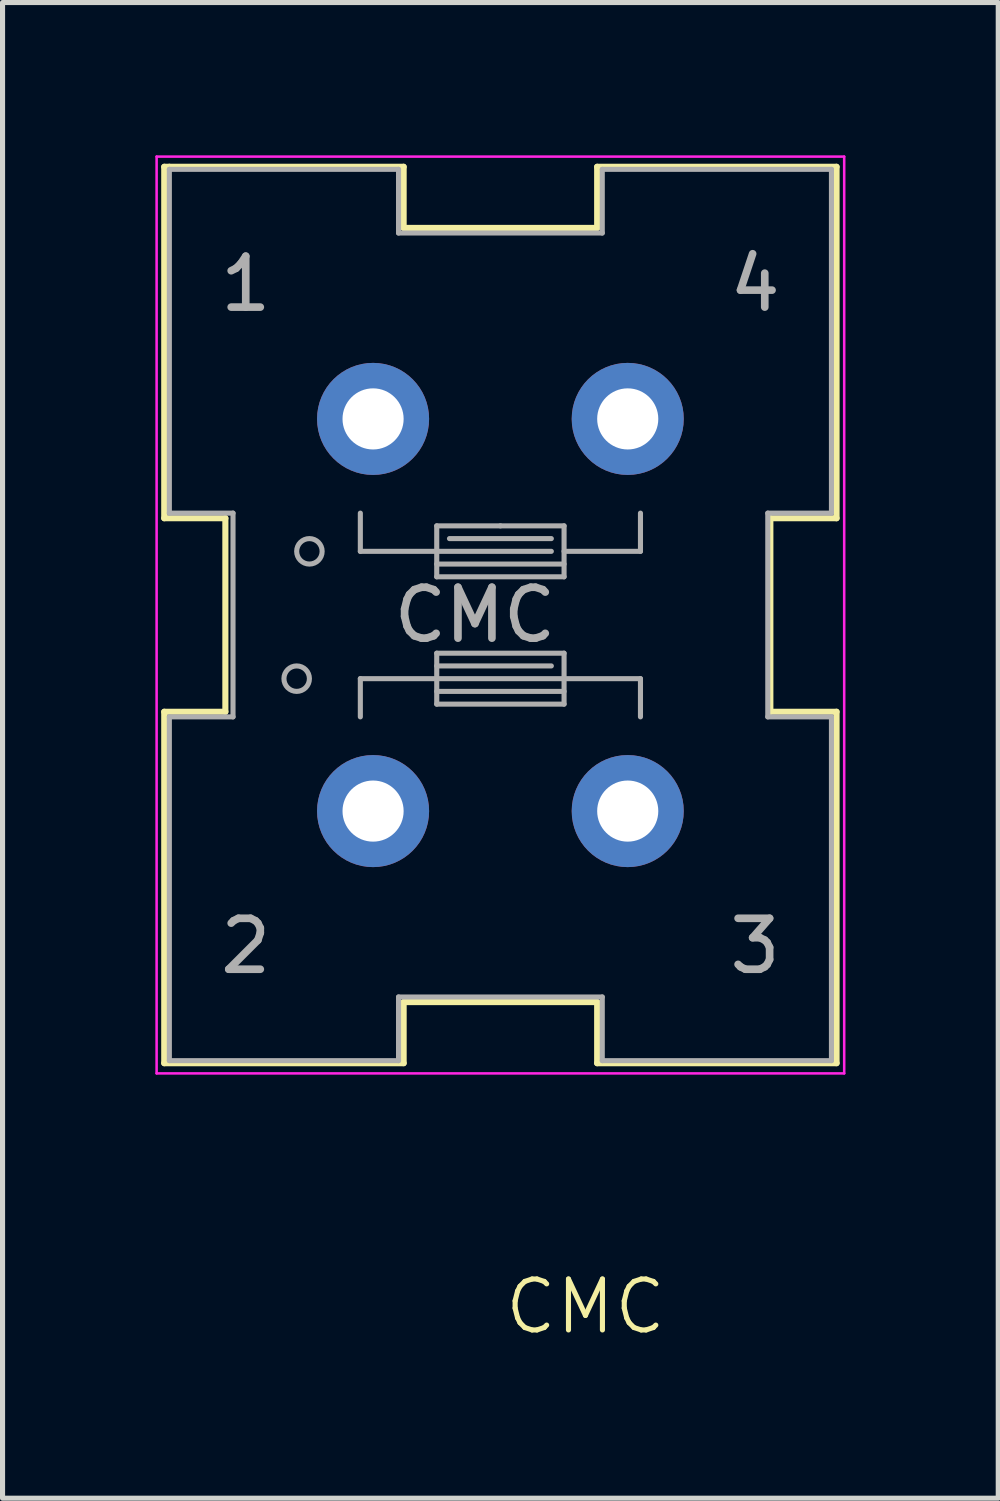
<source format=kicad_pcb>
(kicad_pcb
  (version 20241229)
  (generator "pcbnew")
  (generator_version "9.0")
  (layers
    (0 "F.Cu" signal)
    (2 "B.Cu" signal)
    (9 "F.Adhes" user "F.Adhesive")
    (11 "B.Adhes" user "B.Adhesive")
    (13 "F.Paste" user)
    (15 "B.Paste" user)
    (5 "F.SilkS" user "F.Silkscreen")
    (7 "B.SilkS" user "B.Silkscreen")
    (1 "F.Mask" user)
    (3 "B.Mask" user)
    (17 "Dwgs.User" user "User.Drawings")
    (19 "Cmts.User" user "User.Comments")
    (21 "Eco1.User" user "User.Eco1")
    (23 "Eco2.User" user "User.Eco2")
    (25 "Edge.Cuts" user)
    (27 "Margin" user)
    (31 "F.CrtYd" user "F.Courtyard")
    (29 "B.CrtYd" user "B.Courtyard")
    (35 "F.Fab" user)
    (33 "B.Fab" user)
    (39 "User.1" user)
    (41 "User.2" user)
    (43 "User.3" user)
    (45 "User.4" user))
  (footprint "CMC"
    (layer "F.Cu")
    (at 5.525 10.525)
    (property "Reference" "CMC" (at 2.92 12.08 0) (unlocked yes) (layer "F.SilkS") (effects (font (size 1 1) (thickness 0.1))))
    (attr smd)
    (fp_line (start -5.35 -10.3) (end -5.25 -10.3) (stroke (width 0.12) (type solid)) (layer "F.SilkS"))
    (fp_line (start -5.35 -3.4) (end -5.35 -10.3) (stroke (width 0.12) (type solid)) (layer "F.SilkS"))
    (fp_line (start -5.35 0.4) (end -4.15 0.4) (stroke (width 0.12) (type solid)) (layer "F.SilkS"))
    (fp_line (start -5.35 7.3) (end -5.35 0.4) (stroke (width 0.12) (type solid)) (layer "F.SilkS"))
    (fp_line (start -5.25 -10.3) (end -0.65 -10.3) (stroke (width 0.12) (type solid)) (layer "F.SilkS"))
    (fp_line (start -4.15 -3.4) (end -5.35 -3.4) (stroke (width 0.12) (type solid)) (layer "F.SilkS"))
    (fp_line (start -4.15 0.4) (end -4.15 -3.4) (stroke (width 0.12) (type solid)) (layer "F.SilkS"))
    (fp_line (start -0.65 -10.3) (end -0.65 -9.1) (stroke (width 0.12) (type solid)) (layer "F.SilkS"))
    (fp_line (start -0.65 -9.1) (end 3.15 -9.1) (stroke (width 0.12) (type solid)) (layer "F.SilkS"))
    (fp_line (start -0.65 6.1) (end -0.65 7.3) (stroke (width 0.12) (type solid)) (layer "F.SilkS"))
    (fp_line (start -0.65 7.3) (end -5.35 7.3) (stroke (width 0.12) (type solid)) (layer "F.SilkS"))
    (fp_line (start 3.15 -10.3) (end 7.85 -10.3) (stroke (width 0.12) (type solid)) (layer "F.SilkS"))
    (fp_line (start 3.15 -9.1) (end 3.15 -10.3) (stroke (width 0.12) (type solid)) (layer "F.SilkS"))
    (fp_line (start 3.15 6.1) (end -0.65 6.1) (stroke (width 0.12) (type solid)) (layer "F.SilkS"))
    (fp_line (start 3.15 7.3) (end 3.15 6.1) (stroke (width 0.12) (type solid)) (layer "F.SilkS"))
    (fp_line (start 6.55 -3.4) (end 6.55 0.4) (stroke (width 0.12) (type solid)) (layer "F.SilkS"))
    (fp_line (start 6.55 0.4) (end 7.85 0.4) (stroke (width 0.12) (type solid)) (layer "F.SilkS"))
    (fp_line (start 7.85 -10.3) (end 7.85 -3.4) (stroke (width 0.12) (type solid)) (layer "F.SilkS"))
    (fp_line (start 7.85 -3.4) (end 6.55 -3.4) (stroke (width 0.12) (type solid)) (layer "F.SilkS"))
    (fp_line (start 7.85 0.4) (end 7.85 7.3) (stroke (width 0.12) (type solid)) (layer "F.SilkS"))
    (fp_line (start 7.85 7.3) (end 3.15 7.3) (stroke (width 0.12) (type solid)) (layer "F.SilkS"))
    (fp_line (start -5.5 -10.5) (end -5.5 7.5) (stroke (width 0.05) (type solid)) (layer "F.CrtYd"))
    (fp_line (start -5.5 7.5) (end 8 7.5) (stroke (width 0.05) (type solid)) (layer "F.CrtYd"))
    (fp_line (start 8 -10.5) (end -5.5 -10.5) (stroke (width 0.05) (type solid)) (layer "F.CrtYd"))
    (fp_line (start 8 7.5) (end 8 -10.5) (stroke (width 0.05) (type solid)) (layer "F.CrtYd"))
    (fp_line (start -5.25 -10.25) (end -5.25 -3.5) (stroke (width 0.1) (type solid)) (layer "F.Fab"))
    (fp_line (start -5.25 -3.5) (end -4 -3.5) (stroke (width 0.1) (type solid)) (layer "F.Fab"))
    (fp_line (start -5.25 0.5) (end -5.25 7.25) (stroke (width 0.1) (type solid)) (layer "F.Fab"))
    (fp_line (start -5.25 7.25) (end -0.75 7.25) (stroke (width 0.1) (type solid)) (layer "F.Fab"))
    (fp_line (start -4 -3.5) (end -4 0.5) (stroke (width 0.1) (type solid)) (layer "F.Fab"))
    (fp_line (start -4 0.5) (end -5.25 0.5) (stroke (width 0.1) (type solid)) (layer "F.Fab"))
    (fp_line (start -1.5 -2.75) (end -1.5 -3.5) (stroke (width 0.1) (type solid)) (layer "F.Fab"))
    (fp_line (start -1.5 -0.25) (end -1.5 0.5) (stroke (width 0.1) (type solid)) (layer "F.Fab"))
    (fp_line (start -0.75 -10.25) (end -5.25 -10.25) (stroke (width 0.1) (type solid)) (layer "F.Fab"))
    (fp_line (start -0.75 -9) (end -0.75 -10.25) (stroke (width 0.1) (type solid)) (layer "F.Fab"))
    (fp_line (start -0.75 6) (end 3.25 6) (stroke (width 0.1) (type solid)) (layer "F.Fab"))
    (fp_line (start -0.75 7.25) (end -0.75 6) (stroke (width 0.1) (type solid)) (layer "F.Fab"))
    (fp_line (start 0 -3.25) (end 1.25 -3.25) (stroke (width 0.1) (type solid)) (layer "F.Fab"))
    (fp_line (start 0 -2.75) (end -1.5 -2.75) (stroke (width 0.1) (type solid)) (layer "F.Fab"))
    (fp_line (start 0 -2.5) (end 2.5 -2.5) (stroke (width 0.1) (type solid)) (layer "F.Fab"))
    (fp_line (start 0 -2.25) (end 0 -3.25) (stroke (width 0.1) (type solid)) (layer "F.Fab"))
    (fp_line (start 0 -0.75) (end 2.5 -0.75) (stroke (width 0.1) (type solid)) (layer "F.Fab"))
    (fp_line (start 0 -0.5) (end 2.25 -0.5) (stroke (width 0.1) (type solid)) (layer "F.Fab"))
    (fp_line (start 0 -0.25) (end -1.5 -0.25) (stroke (width 0.1) (type solid)) (layer "F.Fab"))
    (fp_line (start 0 0.25) (end 0 -0.75) (stroke (width 0.1) (type solid)) (layer "F.Fab"))
    (fp_line (start 1.25 -3.25) (end 2.5 -3.25) (stroke (width 0.1) (type solid)) (layer "F.Fab"))
    (fp_line (start 2.25 -3) (end 0.25 -3) (stroke (width 0.1) (type solid)) (layer "F.Fab"))
    (fp_line (start 2.25 -2.75) (end 0 -2.75) (stroke (width 0.1) (type solid)) (layer "F.Fab"))
    (fp_line (start 2.5 -3.25) (end 2.5 -2.25) (stroke (width 0.1) (type solid)) (layer "F.Fab"))
    (fp_line (start 2.5 -2.75) (end 4 -2.75) (stroke (width 0.1) (type solid)) (layer "F.Fab"))
    (fp_line (start 2.5 -2.25) (end 0 -2.25) (stroke (width 0.1) (type solid)) (layer "F.Fab"))
    (fp_line (start 2.5 -0.75) (end 2.5 0.25) (stroke (width 0.1) (type solid)) (layer "F.Fab"))
    (fp_line (start 2.5 -0.25) (end 0 -0.25) (stroke (width 0.1) (type solid)) (layer "F.Fab"))
    (fp_line (start 2.5 -0.25) (end 4 -0.25) (stroke (width 0.1) (type solid)) (layer "F.Fab"))
    (fp_line (start 2.5 0) (end 0 0) (stroke (width 0.1) (type solid)) (layer "F.Fab"))
    (fp_line (start 2.5 0.25) (end 0 0.25) (stroke (width 0.1) (type solid)) (layer "F.Fab"))
    (fp_line (start 3.25 -10.25) (end 3.25 -9) (stroke (width 0.1) (type solid)) (layer "F.Fab"))
    (fp_line (start 3.25 -9) (end -0.75 -9) (stroke (width 0.1) (type solid)) (layer "F.Fab"))
    (fp_line (start 3.25 6) (end 3.25 7.25) (stroke (width 0.1) (type solid)) (layer "F.Fab"))
    (fp_line (start 3.25 7.25) (end 7.75 7.25) (stroke (width 0.1) (type solid)) (layer "F.Fab"))
    (fp_line (start 4 -2.75) (end 4 -3.5) (stroke (width 0.1) (type solid)) (layer "F.Fab"))
    (fp_line (start 4 -0.25) (end 4 0.5) (stroke (width 0.1) (type solid)) (layer "F.Fab"))
    (fp_line (start 6.5 -3.5) (end 7.75 -3.5) (stroke (width 0.1) (type solid)) (layer "F.Fab"))
    (fp_line (start 6.5 0.5) (end 6.5 -3.5) (stroke (width 0.1) (type solid)) (layer "F.Fab"))
    (fp_line (start 7.75 -10.25) (end 3.25 -10.25) (stroke (width 0.1) (type solid)) (layer "F.Fab"))
    (fp_line (start 7.75 -3.5) (end 7.75 -10.25) (stroke (width 0.1) (type solid)) (layer "F.Fab"))
    (fp_line (start 7.75 0.5) (end 6.5 0.5) (stroke (width 0.1) (type solid)) (layer "F.Fab"))
    (fp_line (start 7.75 7.25) (end 7.75 0.5) (stroke (width 0.1) (type solid)) (layer "F.Fab"))
    (fp_circle (center -2.75 -0.25) (end -2.75 -0.5) (stroke (width 0.1) (type solid)) (fill no) (layer "F.Fab"))
    (fp_circle (center -2.5 -2.75) (end -2.25 -2.75) (stroke (width 0.1) (type solid)) (fill no) (layer "F.Fab"))
    (fp_text user "3" (at 6.25 5 0) (layer "F.Fab") (effects (font (size 1 1) (thickness 0.15))))
    (fp_text user "2" (at -3.75 5 0) (layer "F.Fab") (effects (font (size 1 1) (thickness 0.15))))
    (fp_text user "${REFERENCE}" (at 0.75 -1.5 0) (layer "F.Fab") (effects (font (size 1 1) (thickness 0.15))))
    (fp_text user "1" (at -3.75 -8 0) (layer "F.Fab") (effects (font (size 1 1) (thickness 0.15))))
    (fp_text user "4" (at 6.25 -8 0) (layer "F.Fab") (effects (font (size 1 1) (thickness 0.15))))
    (pad "1" thru_hole circle (at -1.25 -5.35) (size 2.2 2.2) (drill 1.2) (layers "*.Cu" "*.Mask"))
    (pad "2" thru_hole circle (at -1.25 2.35) (size 2.2 2.2) (drill 1.2) (layers "*.Cu" "*.Mask"))
    (pad "3" thru_hole circle (at 3.75 2.35) (size 2.2 2.2) (drill 1.2) (layers "*.Cu" "*.Mask"))
    (pad "4" thru_hole circle (at 3.75 -5.35) (size 2.2 2.2) (drill 1.2) (layers "*.Cu" "*.Mask")))
  (gr_rect
    (start -3 -3)
    (end 16.55 26.366)
    (stroke (width 0.1) (type default))
    (fill no)
    (layer "Edge.Cuts")))
</source>
